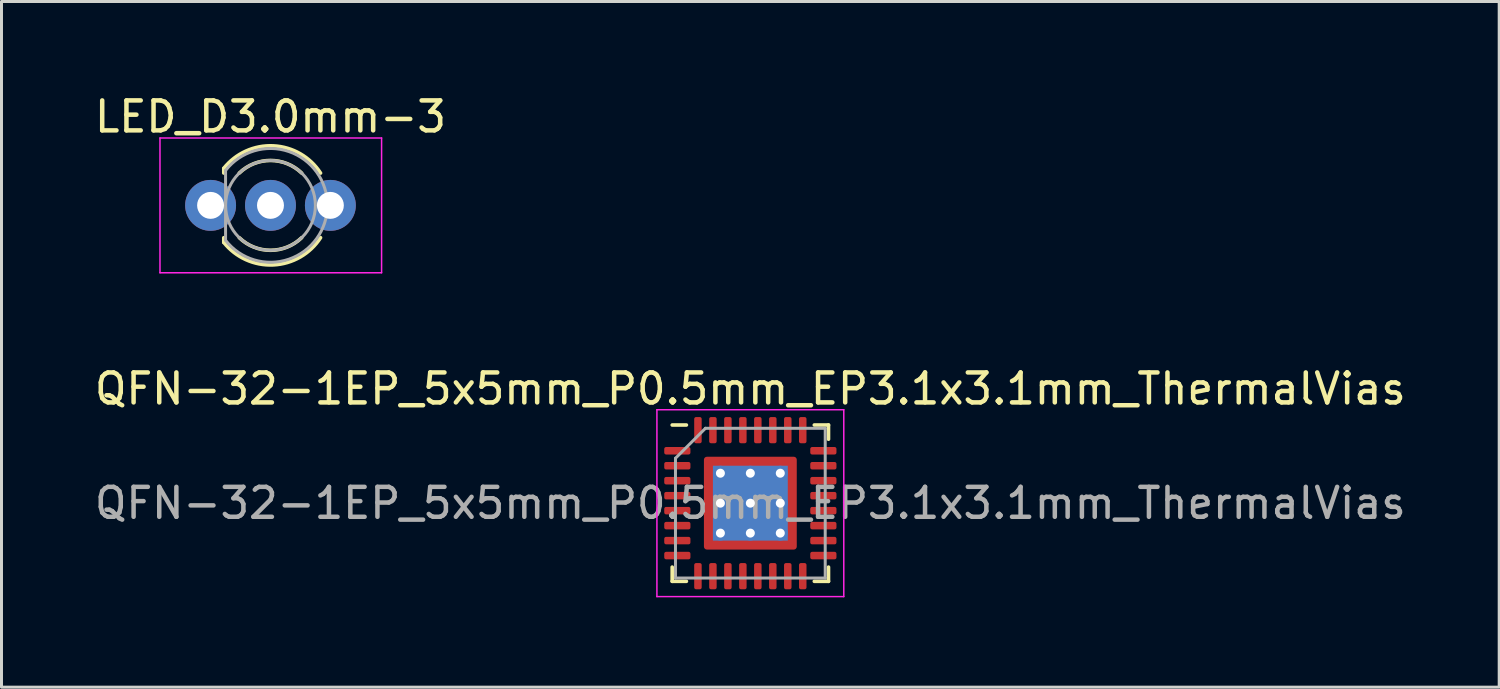
<source format=kicad_pcb>
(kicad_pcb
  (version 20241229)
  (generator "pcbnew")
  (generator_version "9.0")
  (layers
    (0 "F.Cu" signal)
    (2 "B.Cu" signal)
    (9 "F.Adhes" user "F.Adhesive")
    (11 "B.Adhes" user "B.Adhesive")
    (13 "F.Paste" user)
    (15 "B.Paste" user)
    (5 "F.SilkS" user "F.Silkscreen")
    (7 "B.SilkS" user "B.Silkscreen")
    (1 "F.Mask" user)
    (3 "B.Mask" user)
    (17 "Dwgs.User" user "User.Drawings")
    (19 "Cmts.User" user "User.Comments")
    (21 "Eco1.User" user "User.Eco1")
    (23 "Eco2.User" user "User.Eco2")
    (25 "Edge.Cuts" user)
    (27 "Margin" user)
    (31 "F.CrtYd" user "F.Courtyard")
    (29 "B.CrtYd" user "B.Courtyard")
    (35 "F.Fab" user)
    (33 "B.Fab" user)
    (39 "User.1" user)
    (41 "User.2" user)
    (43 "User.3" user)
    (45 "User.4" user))
  (footprint "LED_D3.0mm-3"
    (layer "F.Cu")
    (at 5.982 3.808)
    (property "Reference" "LED_D3.0mm-3" (at 0 -2.96 180) (layer "F.SilkS") (effects (font (size 1 1) (thickness 0.15))))
    (attr through_hole)
    (fp_line (start -1.56 -1.236) (end -1.56 -1.08) (stroke (width 0.12) (type solid)) (layer "F.SilkS"))
    (fp_line (start -1.56 1.08) (end -1.56 1.236) (stroke (width 0.12) (type solid)) (layer "F.SilkS"))
    (fp_arc (start -1.56 -1.235516) (mid 0.096487 -1.987659) (end 1.672335 -1.078608) (stroke (width 0.12) (type solid)) (layer "F.SilkS"))
    (fp_arc (start -1.040961 -1.08) (mid 0.000117 -1.5) (end 1.04113 -1.079837) (stroke (width 0.12) (type solid)) (layer "F.SilkS"))
    (fp_arc (start 1.04113 1.079837) (mid 0.000117 1.5) (end -1.040961 1.08) (stroke (width 0.12) (type solid)) (layer "F.SilkS"))
    (fp_arc (start 1.672335 1.078608) (mid 0.096487 1.987659) (end -1.56 1.235516) (stroke (width 0.12) (type solid)) (layer "F.SilkS"))
    (fp_line (start -3.69 -2.25) (end -3.69 2.25) (stroke (width 0.05) (type solid)) (layer "F.CrtYd"))
    (fp_line (start -3.69 2.25) (end 3.71 2.25) (stroke (width 0.05) (type solid)) (layer "F.CrtYd"))
    (fp_line (start 3.71 -2.25) (end -3.69 -2.25) (stroke (width 0.05) (type solid)) (layer "F.CrtYd"))
    (fp_line (start 3.71 2.25) (end 3.71 -2.25) (stroke (width 0.05) (type solid)) (layer "F.CrtYd"))
    (fp_line (start -1.5 -1.166) (end -1.5 1.166) (stroke (width 0.1) (type solid)) (layer "F.Fab"))
    (fp_arc (start -1.5 -1.16619) (mid 1.9 0.000452) (end -1.500555 1.165476) (stroke (width 0.1) (type solid)) (layer "F.Fab"))
    (fp_circle (center 0 0) (end 1.5 0) (stroke (width 0.1) (type solid)) (fill no) (layer "F.Fab"))
    (pad "1" thru_hole circle (at -2 0) (size 1.7 1.7) (drill 0.9) (layers "*.Cu" "*.Mask"))
    (pad "2" thru_hole circle (at 0 0) (size 1.7 1.7) (drill 0.9) (layers "*.Cu" "*.Mask"))
    (pad "3" thru_hole circle (at 2 0) (size 1.7 1.7) (drill 0.9) (layers "*.Cu" "*.Mask")))
  (footprint "QFN-32-1EP_5x5mm_P0.5mm_EP3.1x3.1mm_ThermalVias"
    (layer "F.Cu")
    (at 22.006 13.752)
    (property "Reference" "QFN-32-1EP_5x5mm_P0.5mm_EP3.1x3.1mm_ThermalVias" (at 0 -3.82 0) (layer "F.SilkS") (effects (font (size 1 1) (thickness 0.15))))
    (attr smd)
    (fp_line (start -2.61 2.61) (end -2.61 2.135) (stroke (width 0.12) (type solid)) (layer "F.SilkS"))
    (fp_line (start -2.135 -2.61) (end -2.61 -2.61) (stroke (width 0.12) (type solid)) (layer "F.SilkS"))
    (fp_line (start -2.135 2.61) (end -2.61 2.61) (stroke (width 0.12) (type solid)) (layer "F.SilkS"))
    (fp_line (start 2.135 -2.61) (end 2.61 -2.61) (stroke (width 0.12) (type solid)) (layer "F.SilkS"))
    (fp_line (start 2.135 2.61) (end 2.61 2.61) (stroke (width 0.12) (type solid)) (layer "F.SilkS"))
    (fp_line (start 2.61 -2.61) (end 2.61 -2.135) (stroke (width 0.12) (type solid)) (layer "F.SilkS"))
    (fp_line (start 2.61 2.61) (end 2.61 2.135) (stroke (width 0.12) (type solid)) (layer "F.SilkS"))
    (fp_line (start -3.12 -3.12) (end -3.12 3.12) (stroke (width 0.05) (type solid)) (layer "F.CrtYd"))
    (fp_line (start -3.12 3.12) (end 3.12 3.12) (stroke (width 0.05) (type solid)) (layer "F.CrtYd"))
    (fp_line (start 3.12 -3.12) (end -3.12 -3.12) (stroke (width 0.05) (type solid)) (layer "F.CrtYd"))
    (fp_line (start 3.12 3.12) (end 3.12 -3.12) (stroke (width 0.05) (type solid)) (layer "F.CrtYd"))
    (fp_line (start -2.5 -1.5) (end -1.5 -2.5) (stroke (width 0.1) (type solid)) (layer "F.Fab"))
    (fp_line (start -2.5 2.5) (end -2.5 -1.5) (stroke (width 0.1) (type solid)) (layer "F.Fab"))
    (fp_line (start -1.5 -2.5) (end 2.5 -2.5) (stroke (width 0.1) (type solid)) (layer "F.Fab"))
    (fp_line (start 2.5 -2.5) (end 2.5 2.5) (stroke (width 0.1) (type solid)) (layer "F.Fab"))
    (fp_line (start 2.5 2.5) (end -2.5 2.5) (stroke (width 0.1) (type solid)) (layer "F.Fab"))
    (fp_text user "${REFERENCE}" (at 0 0 0) (layer "F.Fab") (effects (font (size 1 1) (thickness 0.15))))
    (pad "" smd custom (at -1.275 -1.275) (size 0.319 0.319) (layers "F.Paste") (options (anchor circle)) (primitives (gr_poly (pts (xy 0.111 -0.000473) (xy -0.000473 0.111) (xy -0.111 0.111) (xy -0.111 -0.111) (xy 0.111 -0.111)) (width 0.222) (fill yes))))
    (pad "" smd custom (at -1.275 -0.5) (size 0.35 0.35) (layers "F.Paste") (options (anchor circle)) (primitives (gr_poly (pts (xy 0.128 -0.232) (xy 0.128 0.232) (xy 0.05 0.309) (xy -0.128 0.309) (xy -0.128 -0.309) (xy 0.05 -0.309)) (width 0.188) (fill yes))))
    (pad "" smd custom (at -1.275 0.5) (size 0.35 0.35) (layers "F.Paste") (options (anchor circle)) (primitives (gr_poly (pts (xy 0.128 -0.232) (xy 0.128 0.232) (xy 0.05 0.309) (xy -0.128 0.309) (xy -0.128 -0.309) (xy 0.05 -0.309)) (width 0.188) (fill yes))))
    (pad "" smd custom (at -1.275 1.275) (size 0.319 0.319) (layers "F.Paste") (options (anchor circle)) (primitives (gr_poly (pts (xy 0.111 0.000473) (xy 0.111 0.111) (xy -0.111 0.111) (xy -0.111 -0.111) (xy -0.000473 -0.111)) (width 0.222) (fill yes))))
    (pad "" smd custom (at -0.5 -1.275) (size 0.35 0.35) (layers "F.Paste") (options (anchor circle)) (primitives (gr_poly (pts (xy 0.309 0.05) (xy 0.232 0.128) (xy -0.232 0.128) (xy -0.309 0.05) (xy -0.309 -0.128) (xy 0.309 -0.128)) (width 0.188) (fill yes))))
    (pad "" smd roundrect (at -0.5 -0.5) (size 0.806 0.806) (layers "F.Paste") (roundrect_rratio 0.25))
    (pad "" smd roundrect (at -0.5 0.5) (size 0.806 0.806) (layers "F.Paste") (roundrect_rratio 0.25))
    (pad "" smd custom (at -0.5 1.275) (size 0.35 0.35) (layers "F.Paste") (options (anchor circle)) (primitives (gr_poly (pts (xy 0.309 -0.05) (xy 0.309 0.128) (xy -0.309 0.128) (xy -0.309 -0.05) (xy -0.232 -0.128) (xy 0.232 -0.128)) (width 0.188) (fill yes))))
    (pad "" smd custom (at 0.5 -1.275) (size 0.35 0.35) (layers "F.Paste") (options (anchor circle)) (primitives (gr_poly (pts (xy 0.309 0.05) (xy 0.232 0.128) (xy -0.232 0.128) (xy -0.309 0.05) (xy -0.309 -0.128) (xy 0.309 -0.128)) (width 0.188) (fill yes))))
    (pad "" smd roundrect (at 0.5 -0.5) (size 0.806 0.806) (layers "F.Paste") (roundrect_rratio 0.25))
    (pad "" smd roundrect (at 0.5 0.5) (size 0.806 0.806) (layers "F.Paste") (roundrect_rratio 0.25))
    (pad "" smd custom (at 0.5 1.275) (size 0.35 0.35) (layers "F.Paste") (options (anchor circle)) (primitives (gr_poly (pts (xy 0.309 -0.05) (xy 0.309 0.128) (xy -0.309 0.128) (xy -0.309 -0.05) (xy -0.232 -0.128) (xy 0.232 -0.128)) (width 0.188) (fill yes))))
    (pad "" smd custom (at 1.275 -1.275) (size 0.319 0.319) (layers "F.Paste") (options (anchor circle)) (primitives (gr_poly (pts (xy 0.111 0.111) (xy 0.000473 0.111) (xy -0.111 -0.000473) (xy -0.111 -0.111) (xy 0.111 -0.111)) (width 0.222) (fill yes))))
    (pad "" smd custom (at 1.275 -0.5) (size 0.35 0.35) (layers "F.Paste") (options (anchor circle)) (primitives (gr_poly (pts (xy 0.128 0.309) (xy -0.05 0.309) (xy -0.128 0.232) (xy -0.128 -0.232) (xy -0.05 -0.309) (xy 0.128 -0.309)) (width 0.188) (fill yes))))
    (pad "" smd custom (at 1.275 0.5) (size 0.35 0.35) (layers "F.Paste") (options (anchor circle)) (primitives (gr_poly (pts (xy 0.128 0.309) (xy -0.05 0.309) (xy -0.128 0.232) (xy -0.128 -0.232) (xy -0.05 -0.309) (xy 0.128 -0.309)) (width 0.188) (fill yes))))
    (pad "" smd custom (at 1.275 1.275) (size 0.319 0.319) (layers "F.Paste") (options (anchor circle)) (primitives (gr_poly (pts (xy 0.111 0.111) (xy -0.111 0.111) (xy -0.111 0.000473) (xy 0.000473 -0.111) (xy 0.111 -0.111)) (width 0.222) (fill yes))))
    (pad "1" smd roundrect (at -2.438 -1.75) (size 0.875 0.25) (layers "F.Cu" "F.Mask" "F.Paste") (roundrect_rratio 0.25))
    (pad "2" smd roundrect (at -2.438 -1.25) (size 0.875 0.25) (layers "F.Cu" "F.Mask" "F.Paste") (roundrect_rratio 0.25))
    (pad "3" smd roundrect (at -2.438 -0.75) (size 0.875 0.25) (layers "F.Cu" "F.Mask" "F.Paste") (roundrect_rratio 0.25))
    (pad "4" smd roundrect (at -2.438 -0.25) (size 0.875 0.25) (layers "F.Cu" "F.Mask" "F.Paste") (roundrect_rratio 0.25))
    (pad "5" smd roundrect (at -2.438 0.25) (size 0.875 0.25) (layers "F.Cu" "F.Mask" "F.Paste") (roundrect_rratio 0.25))
    (pad "6" smd roundrect (at -2.438 0.75) (size 0.875 0.25) (layers "F.Cu" "F.Mask" "F.Paste") (roundrect_rratio 0.25))
    (pad "7" smd roundrect (at -2.438 1.25) (size 0.875 0.25) (layers "F.Cu" "F.Mask" "F.Paste") (roundrect_rratio 0.25))
    (pad "8" smd roundrect (at -2.438 1.75) (size 0.875 0.25) (layers "F.Cu" "F.Mask" "F.Paste") (roundrect_rratio 0.25))
    (pad "9" smd roundrect (at -1.75 2.438) (size 0.25 0.875) (layers "F.Cu" "F.Mask" "F.Paste") (roundrect_rratio 0.25))
    (pad "10" smd roundrect (at -1.25 2.438) (size 0.25 0.875) (layers "F.Cu" "F.Mask" "F.Paste") (roundrect_rratio 0.25))
    (pad "11" smd roundrect (at -0.75 2.438) (size 0.25 0.875) (layers "F.Cu" "F.Mask" "F.Paste") (roundrect_rratio 0.25))
    (pad "12" smd roundrect (at -0.25 2.438) (size 0.25 0.875) (layers "F.Cu" "F.Mask" "F.Paste") (roundrect_rratio 0.25))
    (pad "13" smd roundrect (at 0.25 2.438) (size 0.25 0.875) (layers "F.Cu" "F.Mask" "F.Paste") (roundrect_rratio 0.25))
    (pad "14" smd roundrect (at 0.75 2.438) (size 0.25 0.875) (layers "F.Cu" "F.Mask" "F.Paste") (roundrect_rratio 0.25))
    (pad "15" smd roundrect (at 1.25 2.438) (size 0.25 0.875) (layers "F.Cu" "F.Mask" "F.Paste") (roundrect_rratio 0.25))
    (pad "16" smd roundrect (at 1.75 2.438) (size 0.25 0.875) (layers "F.Cu" "F.Mask" "F.Paste") (roundrect_rratio 0.25))
    (pad "17" smd roundrect (at 2.438 1.75) (size 0.875 0.25) (layers "F.Cu" "F.Mask" "F.Paste") (roundrect_rratio 0.25))
    (pad "18" smd roundrect (at 2.438 1.25) (size 0.875 0.25) (layers "F.Cu" "F.Mask" "F.Paste") (roundrect_rratio 0.25))
    (pad "19" smd roundrect (at 2.438 0.75) (size 0.875 0.25) (layers "F.Cu" "F.Mask" "F.Paste") (roundrect_rratio 0.25))
    (pad "20" smd roundrect (at 2.438 0.25) (size 0.875 0.25) (layers "F.Cu" "F.Mask" "F.Paste") (roundrect_rratio 0.25))
    (pad "21" smd roundrect (at 2.438 -0.25) (size 0.875 0.25) (layers "F.Cu" "F.Mask" "F.Paste") (roundrect_rratio 0.25))
    (pad "22" smd roundrect (at 2.438 -0.75) (size 0.875 0.25) (layers "F.Cu" "F.Mask" "F.Paste") (roundrect_rratio 0.25))
    (pad "23" smd roundrect (at 2.438 -1.25) (size 0.875 0.25) (layers "F.Cu" "F.Mask" "F.Paste") (roundrect_rratio 0.25))
    (pad "24" smd roundrect (at 2.438 -1.75) (size 0.875 0.25) (layers "F.Cu" "F.Mask" "F.Paste") (roundrect_rratio 0.25))
    (pad "25" smd roundrect (at 1.75 -2.438) (size 0.25 0.875) (layers "F.Cu" "F.Mask" "F.Paste") (roundrect_rratio 0.25))
    (pad "26" smd roundrect (at 1.25 -2.438) (size 0.25 0.875) (layers "F.Cu" "F.Mask" "F.Paste") (roundrect_rratio 0.25))
    (pad "27" smd roundrect (at 0.75 -2.438) (size 0.25 0.875) (layers "F.Cu" "F.Mask" "F.Paste") (roundrect_rratio 0.25))
    (pad "28" smd roundrect (at 0.25 -2.438) (size 0.25 0.875) (layers "F.Cu" "F.Mask" "F.Paste") (roundrect_rratio 0.25))
    (pad "29" smd roundrect (at -0.25 -2.438) (size 0.25 0.875) (layers "F.Cu" "F.Mask" "F.Paste") (roundrect_rratio 0.25))
    (pad "30" smd roundrect (at -0.75 -2.438) (size 0.25 0.875) (layers "F.Cu" "F.Mask" "F.Paste") (roundrect_rratio 0.25))
    (pad "31" smd roundrect (at -1.25 -2.438) (size 0.25 0.875) (layers "F.Cu" "F.Mask" "F.Paste") (roundrect_rratio 0.25))
    (pad "32" smd roundrect (at -1.75 -2.438) (size 0.25 0.875) (layers "F.Cu" "F.Mask" "F.Paste") (roundrect_rratio 0.25))
    (pad "33" thru_hole circle (at -1 -1) (size 0.5 0.5) (drill 0.3) (layers "*.Cu"))
    (pad "33" thru_hole circle (at -1 0) (size 0.5 0.5) (drill 0.3) (layers "*.Cu"))
    (pad "33" thru_hole circle (at -1 1) (size 0.5 0.5) (drill 0.3) (layers "*.Cu"))
    (pad "33" thru_hole circle (at 0 -1) (size 0.5 0.5) (drill 0.3) (layers "*.Cu"))
    (pad "33" thru_hole circle (at 0 0) (size 0.5 0.5) (drill 0.3) (layers "*.Cu"))
    (pad "33" smd rect (at 0 0) (size 2.5 2.5) (layers "B.Cu"))
    (pad "33" smd roundrect (at 0 0) (size 3.1 3.1) (layers "F.Cu" "F.Mask") (roundrect_rratio 0.032))
    (pad "33" thru_hole circle (at 0 1) (size 0.5 0.5) (drill 0.3) (layers "*.Cu"))
    (pad "33" thru_hole circle (at 1 -1) (size 0.5 0.5) (drill 0.3) (layers "*.Cu"))
    (pad "33" thru_hole circle (at 1 0) (size 0.5 0.5) (drill 0.3) (layers "*.Cu"))
    (pad "33" thru_hole circle (at 1 1) (size 0.5 0.5) (drill 0.3) (layers "*.Cu")))
  (gr_rect
    (start -3 -3)
    (end 47.012 19.896)
    (stroke (width 0.1) (type default))
    (fill no)
    (layer "Edge.Cuts")))
</source>
